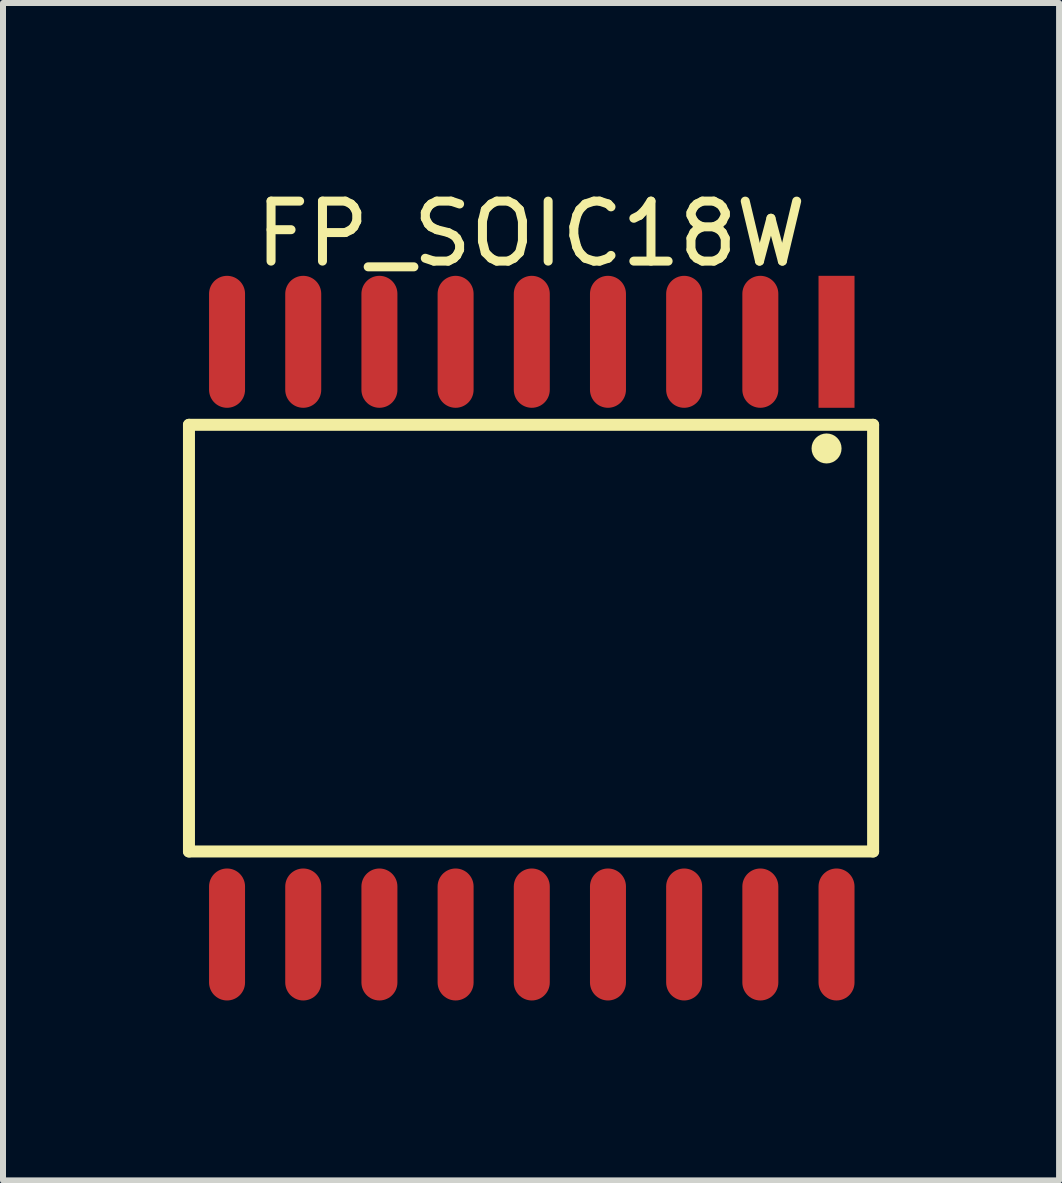
<source format=kicad_pcb>
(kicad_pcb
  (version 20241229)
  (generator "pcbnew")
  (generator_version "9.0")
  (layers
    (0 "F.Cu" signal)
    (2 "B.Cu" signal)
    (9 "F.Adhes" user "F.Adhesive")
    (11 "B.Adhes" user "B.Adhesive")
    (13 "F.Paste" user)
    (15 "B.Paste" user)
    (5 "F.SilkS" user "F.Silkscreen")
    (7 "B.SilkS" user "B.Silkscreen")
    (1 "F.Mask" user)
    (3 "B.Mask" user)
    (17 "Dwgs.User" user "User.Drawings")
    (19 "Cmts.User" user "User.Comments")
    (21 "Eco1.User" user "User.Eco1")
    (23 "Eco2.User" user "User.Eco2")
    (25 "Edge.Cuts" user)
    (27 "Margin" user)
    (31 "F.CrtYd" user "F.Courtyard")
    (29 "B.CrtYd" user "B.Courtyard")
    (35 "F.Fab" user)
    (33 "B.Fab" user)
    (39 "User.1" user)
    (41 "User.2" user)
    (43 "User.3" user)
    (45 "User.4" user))
  (footprint "FP_SOIC18W"
    (layer "F.Cu")
    (at 5.815 7.588)
    (property "Reference" "FP_SOIC18W" (at -0.013 -6.74 0) (layer "F.SilkS") (effects (font (size 1 1) (thickness 0.15))))
    (fp_line (start -5.715 -3.556) (end 5.69 -3.556) (stroke (width 0.2) (type solid)) (layer "F.SilkS"))
    (fp_line (start -5.715 3.556) (end -5.715 -3.556) (stroke (width 0.2) (type solid)) (layer "F.SilkS"))
    (fp_line (start -5.715 3.556) (end 5.69 3.556) (stroke (width 0.2) (type solid)) (layer "F.SilkS"))
    (fp_line (start 5.69 3.556) (end 5.69 -3.556) (stroke (width 0.2) (type solid)) (layer "F.SilkS"))
    (fp_circle (center 4.914 -3.162) (end 4.914 -3.287) (stroke (width 0.25) (type solid)) (fill no) (layer "F.SilkS"))
    (pad "1" smd rect (at 5.08 -4.94) (size 0.6 2.2) (layers "F.Cu" "F.Mask" "F.Paste"))
    (pad "2" smd oval (at 3.81 -4.94) (size 0.6 2.2) (layers "F.Cu" "F.Mask" "F.Paste"))
    (pad "3" smd oval (at 2.54 -4.94) (size 0.6 2.2) (layers "F.Cu" "F.Mask" "F.Paste"))
    (pad "4" smd oval (at 1.27 -4.94) (size 0.6 2.2) (layers "F.Cu" "F.Mask" "F.Paste"))
    (pad "5" smd oval (at 0 -4.94) (size 0.6 2.2) (layers "F.Cu" "F.Mask" "F.Paste"))
    (pad "6" smd oval (at -1.27 -4.94) (size 0.6 2.2) (layers "F.Cu" "F.Mask" "F.Paste"))
    (pad "7" smd oval (at -2.54 -4.94) (size 0.6 2.2) (layers "F.Cu" "F.Mask" "F.Paste"))
    (pad "8" smd oval (at -3.81 -4.94) (size 0.6 2.2) (layers "F.Cu" "F.Mask" "F.Paste"))
    (pad "9" smd oval (at -5.08 -4.94) (size 0.6 2.2) (layers "F.Cu" "F.Mask" "F.Paste"))
    (pad "10" smd oval (at -5.08 4.94) (size 0.6 2.2) (layers "F.Cu" "F.Mask" "F.Paste"))
    (pad "11" smd oval (at -3.81 4.94) (size 0.6 2.2) (layers "F.Cu" "F.Mask" "F.Paste"))
    (pad "12" smd oval (at -2.54 4.94) (size 0.6 2.2) (layers "F.Cu" "F.Mask" "F.Paste"))
    (pad "13" smd oval (at -1.27 4.94) (size 0.6 2.2) (layers "F.Cu" "F.Mask" "F.Paste"))
    (pad "14" smd oval (at 0 4.94) (size 0.6 2.2) (layers "F.Cu" "F.Mask" "F.Paste"))
    (pad "15" smd oval (at 1.27 4.94) (size 0.6 2.2) (layers "F.Cu" "F.Mask" "F.Paste"))
    (pad "16" smd oval (at 2.54 4.94) (size 0.6 2.2) (layers "F.Cu" "F.Mask" "F.Paste"))
    (pad "17" smd oval (at 3.81 4.94) (size 0.6 2.2) (layers "F.Cu" "F.Mask" "F.Paste"))
    (pad "18" smd oval (at 5.08 4.94) (size 0.6 2.2) (layers "F.Cu" "F.Mask" "F.Paste")))
  (gr_rect
    (start -3 -3)
    (end 14.605 16.628)
    (stroke (width 0.1) (type default))
    (fill no)
    (layer "Edge.Cuts")))
</source>
